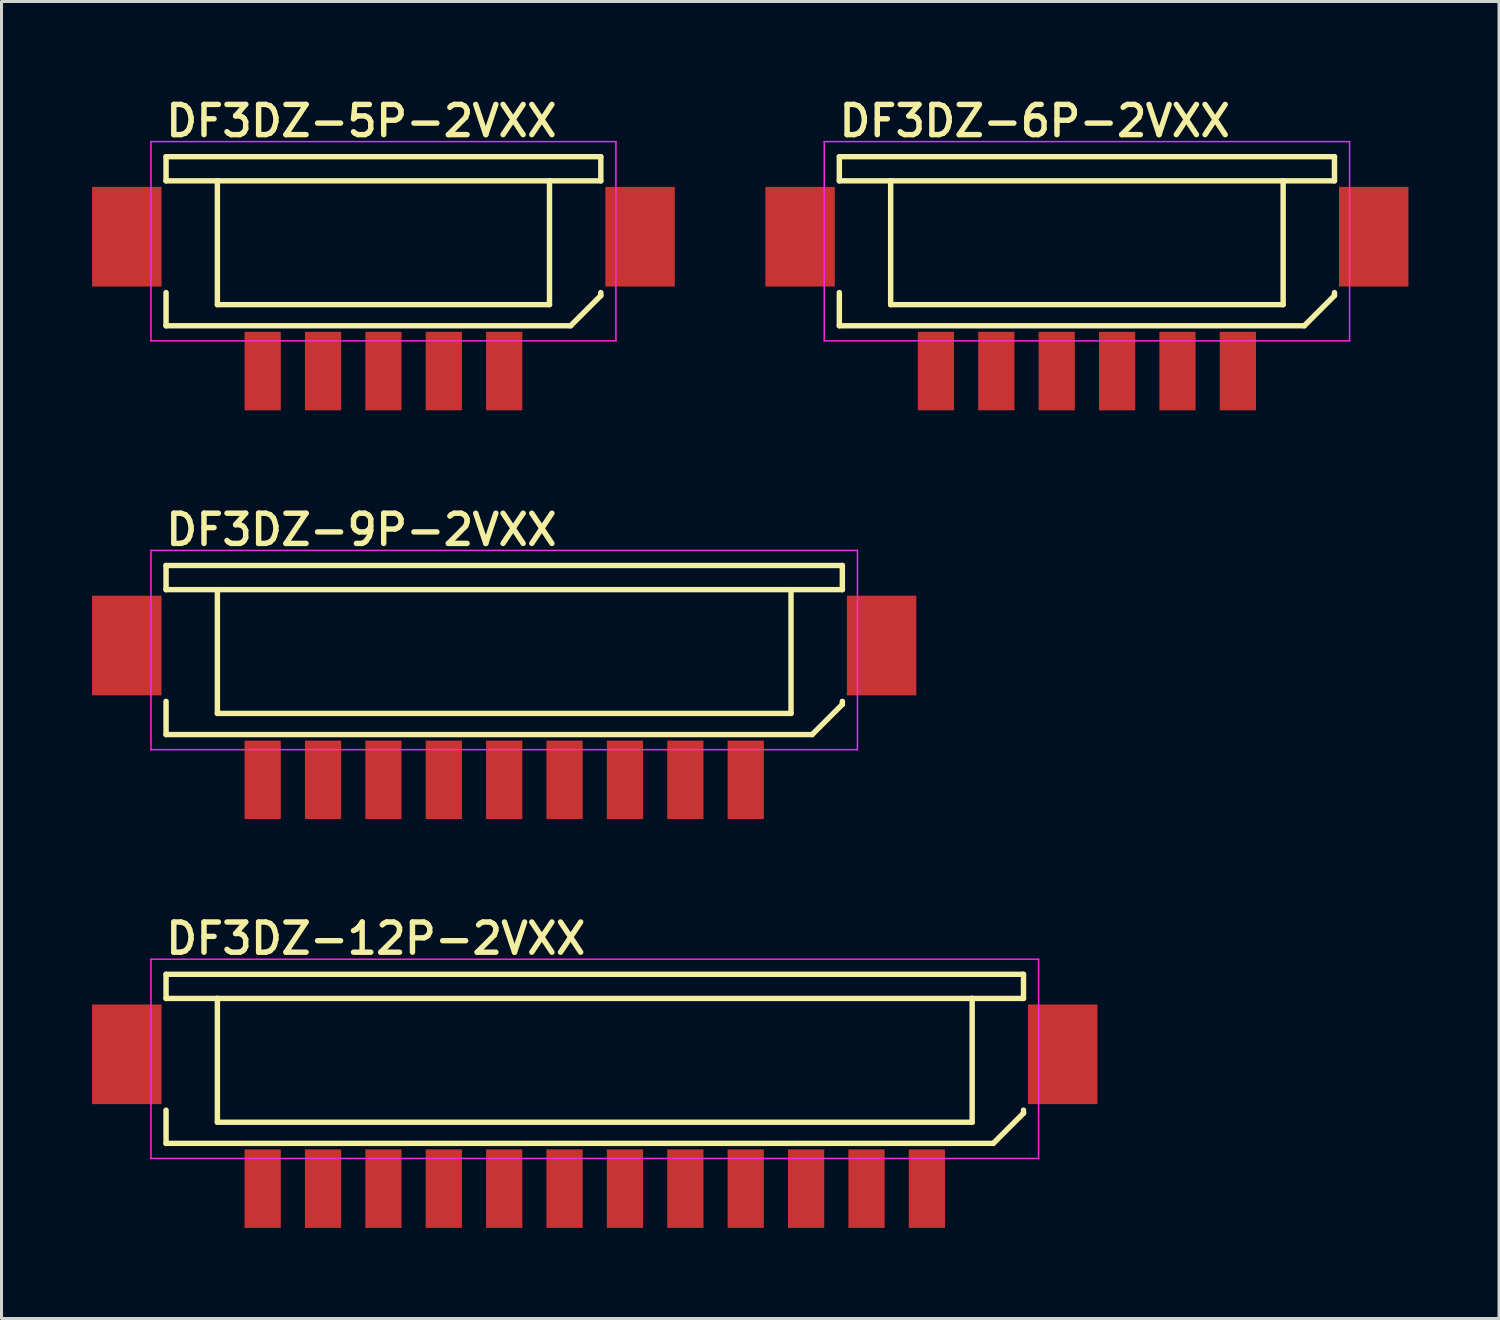
<source format=kicad_pcb>
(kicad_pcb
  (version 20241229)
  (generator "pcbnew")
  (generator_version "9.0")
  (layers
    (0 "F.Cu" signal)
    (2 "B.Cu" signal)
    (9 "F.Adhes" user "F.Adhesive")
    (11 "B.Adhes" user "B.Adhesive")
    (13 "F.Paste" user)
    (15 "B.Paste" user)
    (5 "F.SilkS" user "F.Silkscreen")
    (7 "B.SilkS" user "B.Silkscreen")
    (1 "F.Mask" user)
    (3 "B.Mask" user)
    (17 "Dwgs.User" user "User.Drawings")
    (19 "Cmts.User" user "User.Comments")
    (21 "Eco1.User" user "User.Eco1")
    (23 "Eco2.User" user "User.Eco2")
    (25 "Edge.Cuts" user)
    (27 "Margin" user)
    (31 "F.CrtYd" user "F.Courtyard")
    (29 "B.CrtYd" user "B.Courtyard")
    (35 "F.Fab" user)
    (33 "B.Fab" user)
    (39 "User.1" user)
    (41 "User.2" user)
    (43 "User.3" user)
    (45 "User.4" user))
  (footprint "DF3DZ-5P-2VXX"
    (layer "F.Cu")
    (at 9.65 9.24)
    (property "Reference" "DF3DZ-5P-2VXX" (at -7.3 -7.7 0) (layer "F.SilkS") (effects (font (size 1 1) (thickness 0.18)) (justify left bottom)))
    (attr through_hole)
    (fp_line (start -7.2 -7.1) (end -7.2 -6.3) (stroke (width 0.18) (type solid)) (layer "F.SilkS"))
    (fp_line (start -7.2 -7.1) (end 7.2 -7.1) (stroke (width 0.18) (type solid)) (layer "F.SilkS"))
    (fp_line (start -7.2 -1.5) (end -7.2 -2.6) (stroke (width 0.18) (type solid)) (layer "F.SilkS"))
    (fp_line (start -7.2 -1.5) (end 6.2 -1.5) (stroke (width 0.18) (type solid)) (layer "F.SilkS"))
    (fp_line (start -5.5 -6.3) (end -7.2 -6.3) (stroke (width 0.18) (type solid)) (layer "F.SilkS"))
    (fp_line (start -5.5 -6.3) (end -5.5 -2.2) (stroke (width 0.18) (type solid)) (layer "F.SilkS"))
    (fp_line (start -5.5 -6.3) (end 5.5 -6.3) (stroke (width 0.18) (type solid)) (layer "F.SilkS"))
    (fp_line (start -5.5 -2.2) (end 5.5 -2.2) (stroke (width 0.18) (type solid)) (layer "F.SilkS"))
    (fp_line (start 5.5 -6.3) (end 7.2 -6.3) (stroke (width 0.18) (type solid)) (layer "F.SilkS"))
    (fp_line (start 5.5 -2.2) (end 5.5 -6.3) (stroke (width 0.18) (type solid)) (layer "F.SilkS"))
    (fp_line (start 6.2 -1.5) (end 7.2 -2.5) (stroke (width 0.18) (type solid)) (layer "F.SilkS"))
    (fp_line (start 7.2 -7.1) (end 7.2 -6.3) (stroke (width 0.18) (type solid)) (layer "F.SilkS"))
    (fp_line (start 7.2 -2.5) (end 7.2 -2.6) (stroke (width 0.18) (type solid)) (layer "F.SilkS"))
    (fp_line (start -7.7 -7.6) (end 7.7 -7.6) (stroke (width 0.05) (type solid)) (layer "F.CrtYd"))
    (fp_line (start -7.7 -1) (end -7.7 -7.6) (stroke (width 0.05) (type solid)) (layer "F.CrtYd"))
    (fp_line (start 7.7 -7.6) (end 7.7 -1) (stroke (width 0.05) (type solid)) (layer "F.CrtYd"))
    (fp_line (start 7.7 -1) (end -7.7 -1) (stroke (width 0.05) (type solid)) (layer "F.CrtYd"))
    (pad "1" smd rect (at 4 0) (size 1.2 2.6) (layers "F.Cu" "F.Mask" "F.Paste"))
    (pad "2" smd rect (at 2 0) (size 1.2 2.6) (layers "F.Cu" "F.Mask" "F.Paste"))
    (pad "3" smd rect (at 0 0) (size 1.2 2.6) (layers "F.Cu" "F.Mask" "F.Paste"))
    (pad "4" smd rect (at -2 0) (size 1.2 2.6) (layers "F.Cu" "F.Mask" "F.Paste"))
    (pad "5" smd rect (at -4 0) (size 1.2 2.6) (layers "F.Cu" "F.Mask" "F.Paste"))
    (pad "TAB" smd rect (at -8.5 -4.45) (size 2.3 3.3) (layers "F.Cu" "F.Mask" "F.Paste"))
    (pad "TAB" smd rect (at 8.5 -4.45) (size 2.3 3.3) (layers "F.Cu" "F.Mask" "F.Paste")))
  (footprint "DF3DZ-6P-2VXX"
    (layer "F.Cu")
    (at 32.95 9.24)
    (property "Reference" "DF3DZ-6P-2VXX" (at -8.3 -7.7 0) (layer "F.SilkS") (effects (font (size 1 1) (thickness 0.18)) (justify left bottom)))
    (attr through_hole)
    (fp_line (start -8.2 -7.1) (end -8.2 -6.3) (stroke (width 0.18) (type solid)) (layer "F.SilkS"))
    (fp_line (start -8.2 -7.1) (end 8.2 -7.1) (stroke (width 0.18) (type solid)) (layer "F.SilkS"))
    (fp_line (start -8.2 -1.5) (end -8.2 -2.6) (stroke (width 0.18) (type solid)) (layer "F.SilkS"))
    (fp_line (start -8.2 -1.5) (end 7.2 -1.5) (stroke (width 0.18) (type solid)) (layer "F.SilkS"))
    (fp_line (start -6.5 -6.3) (end -8.2 -6.3) (stroke (width 0.18) (type solid)) (layer "F.SilkS"))
    (fp_line (start -6.5 -6.3) (end -6.5 -2.2) (stroke (width 0.18) (type solid)) (layer "F.SilkS"))
    (fp_line (start -6.5 -6.3) (end 6.5 -6.3) (stroke (width 0.18) (type solid)) (layer "F.SilkS"))
    (fp_line (start -6.5 -2.2) (end 6.5 -2.2) (stroke (width 0.18) (type solid)) (layer "F.SilkS"))
    (fp_line (start 6.5 -6.3) (end 8.2 -6.3) (stroke (width 0.18) (type solid)) (layer "F.SilkS"))
    (fp_line (start 6.5 -2.2) (end 6.5 -6.3) (stroke (width 0.18) (type solid)) (layer "F.SilkS"))
    (fp_line (start 7.2 -1.5) (end 8.2 -2.5) (stroke (width 0.18) (type solid)) (layer "F.SilkS"))
    (fp_line (start 8.2 -7.1) (end 8.2 -6.3) (stroke (width 0.18) (type solid)) (layer "F.SilkS"))
    (fp_line (start 8.2 -2.5) (end 8.2 -2.6) (stroke (width 0.18) (type solid)) (layer "F.SilkS"))
    (fp_line (start -8.7 -7.6) (end 8.7 -7.6) (stroke (width 0.05) (type solid)) (layer "F.CrtYd"))
    (fp_line (start -8.7 -1) (end -8.7 -7.6) (stroke (width 0.05) (type solid)) (layer "F.CrtYd"))
    (fp_line (start 8.7 -7.6) (end 8.7 -1) (stroke (width 0.05) (type solid)) (layer "F.CrtYd"))
    (fp_line (start 8.7 -1) (end -8.7 -1) (stroke (width 0.05) (type solid)) (layer "F.CrtYd"))
    (pad "1" smd rect (at 5 0) (size 1.2 2.6) (layers "F.Cu" "F.Mask" "F.Paste"))
    (pad "2" smd rect (at 3 0) (size 1.2 2.6) (layers "F.Cu" "F.Mask" "F.Paste"))
    (pad "3" smd rect (at 1 0 180) (size 1.2 2.6) (layers "F.Cu" "F.Mask" "F.Paste"))
    (pad "4" smd rect (at -1 0 180) (size 1.2 2.6) (layers "F.Cu" "F.Mask" "F.Paste"))
    (pad "5" smd rect (at -3 0 180) (size 1.2 2.6) (layers "F.Cu" "F.Mask" "F.Paste"))
    (pad "6" smd rect (at -5 0 180) (size 1.2 2.6) (layers "F.Cu" "F.Mask" "F.Paste"))
    (pad "TAB" smd rect (at -9.5 -4.45) (size 2.3 3.3) (layers "F.Cu" "F.Mask" "F.Paste"))
    (pad "TAB" smd rect (at 9.5 -4.45) (size 2.3 3.3) (layers "F.Cu" "F.Mask" "F.Paste")))
  (footprint "DF3DZ-12P-2VXX"
    (layer "F.Cu")
    (at 16.65 36.32)
    (property "Reference" "DF3DZ-12P-2VXX" (at -14.3 -7.7 0) (layer "F.SilkS") (effects (font (size 1 1) (thickness 0.18)) (justify left bottom)))
    (attr through_hole)
    (fp_line (start -14.2 -7.1) (end -14.2 -6.3) (stroke (width 0.18) (type solid)) (layer "F.SilkS"))
    (fp_line (start -14.2 -7.1) (end 14.2 -7.1) (stroke (width 0.18) (type solid)) (layer "F.SilkS"))
    (fp_line (start -14.2 -1.5) (end -14.2 -2.6) (stroke (width 0.18) (type solid)) (layer "F.SilkS"))
    (fp_line (start -14.2 -1.5) (end 13.2 -1.5) (stroke (width 0.18) (type solid)) (layer "F.SilkS"))
    (fp_line (start -12.5 -6.3) (end -14.2 -6.3) (stroke (width 0.18) (type solid)) (layer "F.SilkS"))
    (fp_line (start -12.5 -6.3) (end -12.5 -2.2) (stroke (width 0.18) (type solid)) (layer "F.SilkS"))
    (fp_line (start -12.5 -6.3) (end 12.5 -6.3) (stroke (width 0.18) (type solid)) (layer "F.SilkS"))
    (fp_line (start -12.5 -2.2) (end 12.5 -2.2) (stroke (width 0.18) (type solid)) (layer "F.SilkS"))
    (fp_line (start 12.5 -6.3) (end 14.2 -6.3) (stroke (width 0.18) (type solid)) (layer "F.SilkS"))
    (fp_line (start 12.5 -2.2) (end 12.5 -6.3) (stroke (width 0.18) (type solid)) (layer "F.SilkS"))
    (fp_line (start 13.2 -1.5) (end 14.2 -2.5) (stroke (width 0.18) (type solid)) (layer "F.SilkS"))
    (fp_line (start 14.2 -7.1) (end 14.2 -6.3) (stroke (width 0.18) (type solid)) (layer "F.SilkS"))
    (fp_line (start 14.2 -2.5) (end 14.2 -2.6) (stroke (width 0.18) (type solid)) (layer "F.SilkS"))
    (fp_line (start -14.7 -7.6) (end 14.7 -7.6) (stroke (width 0.05) (type solid)) (layer "F.CrtYd"))
    (fp_line (start -14.7 -1) (end -14.7 -7.6) (stroke (width 0.05) (type solid)) (layer "F.CrtYd"))
    (fp_line (start 14.7 -7.6) (end 14.7 -1) (stroke (width 0.05) (type solid)) (layer "F.CrtYd"))
    (fp_line (start 14.7 -1) (end -14.7 -1) (stroke (width 0.05) (type solid)) (layer "F.CrtYd"))
    (pad "1" smd rect (at 11 0) (size 1.2 2.6) (layers "F.Cu" "F.Mask" "F.Paste"))
    (pad "2" smd rect (at 9 0) (size 1.2 2.6) (layers "F.Cu" "F.Mask" "F.Paste"))
    (pad "3" smd rect (at 7 0 180) (size 1.2 2.6) (layers "F.Cu" "F.Mask" "F.Paste"))
    (pad "4" smd rect (at 5 0 180) (size 1.2 2.6) (layers "F.Cu" "F.Mask" "F.Paste"))
    (pad "5" smd rect (at 3 0 180) (size 1.2 2.6) (layers "F.Cu" "F.Mask" "F.Paste"))
    (pad "6" smd rect (at 1 0 180) (size 1.2 2.6) (layers "F.Cu" "F.Mask" "F.Paste"))
    (pad "7" smd rect (at -1 0 180) (size 1.2 2.6) (layers "F.Cu" "F.Mask" "F.Paste"))
    (pad "8" smd rect (at -3 0 180) (size 1.2 2.6) (layers "F.Cu" "F.Mask" "F.Paste"))
    (pad "9" smd rect (at -5 0 180) (size 1.2 2.6) (layers "F.Cu" "F.Mask" "F.Paste"))
    (pad "10" smd rect (at -7 0 180) (size 1.2 2.6) (layers "F.Cu" "F.Mask" "F.Paste"))
    (pad "11" smd rect (at -9 0 180) (size 1.2 2.6) (layers "F.Cu" "F.Mask" "F.Paste"))
    (pad "12" smd rect (at -11 0 180) (size 1.2 2.6) (layers "F.Cu" "F.Mask" "F.Paste"))
    (pad "TAB" smd rect (at -15.5 -4.45) (size 2.3 3.3) (layers "F.Cu" "F.Mask" "F.Paste"))
    (pad "TAB" smd rect (at 15.5 -4.45) (size 2.3 3.3) (layers "F.Cu" "F.Mask" "F.Paste")))
  (footprint "DF3DZ-9P-2VXX"
    (layer "F.Cu")
    (at 13.65 22.78)
    (property "Reference" "DF3DZ-9P-2VXX" (at -11.3 -7.7 0) (layer "F.SilkS") (effects (font (size 1 1) (thickness 0.18)) (justify left bottom)))
    (attr through_hole)
    (fp_line (start -11.2 -7.1) (end -11.2 -6.3) (stroke (width 0.18) (type solid)) (layer "F.SilkS"))
    (fp_line (start -11.2 -7.1) (end 11.2 -7.1) (stroke (width 0.18) (type solid)) (layer "F.SilkS"))
    (fp_line (start -11.2 -1.5) (end -11.2 -2.6) (stroke (width 0.18) (type solid)) (layer "F.SilkS"))
    (fp_line (start -11.2 -1.5) (end 10.2 -1.5) (stroke (width 0.18) (type solid)) (layer "F.SilkS"))
    (fp_line (start -9.5 -6.3) (end -11.2 -6.3) (stroke (width 0.18) (type solid)) (layer "F.SilkS"))
    (fp_line (start -9.5 -6.3) (end -9.5 -2.2) (stroke (width 0.18) (type solid)) (layer "F.SilkS"))
    (fp_line (start -9.5 -6.3) (end 9.5 -6.3) (stroke (width 0.18) (type solid)) (layer "F.SilkS"))
    (fp_line (start -9.5 -2.2) (end 9.5 -2.2) (stroke (width 0.18) (type solid)) (layer "F.SilkS"))
    (fp_line (start 9.5 -6.3) (end 11.2 -6.3) (stroke (width 0.18) (type solid)) (layer "F.SilkS"))
    (fp_line (start 9.5 -2.2) (end 9.5 -6.3) (stroke (width 0.18) (type solid)) (layer "F.SilkS"))
    (fp_line (start 10.2 -1.5) (end 11.2 -2.5) (stroke (width 0.18) (type solid)) (layer "F.SilkS"))
    (fp_line (start 11.2 -7.1) (end 11.2 -6.3) (stroke (width 0.18) (type solid)) (layer "F.SilkS"))
    (fp_line (start 11.2 -2.5) (end 11.2 -2.6) (stroke (width 0.18) (type solid)) (layer "F.SilkS"))
    (fp_line (start -11.7 -7.6) (end 11.7 -7.6) (stroke (width 0.05) (type solid)) (layer "F.CrtYd"))
    (fp_line (start -11.7 -1) (end -11.7 -7.6) (stroke (width 0.05) (type solid)) (layer "F.CrtYd"))
    (fp_line (start 11.7 -7.6) (end 11.7 -1) (stroke (width 0.05) (type solid)) (layer "F.CrtYd"))
    (fp_line (start 11.7 -1) (end -11.7 -1) (stroke (width 0.05) (type solid)) (layer "F.CrtYd"))
    (pad "1" smd rect (at 8 0) (size 1.2 2.6) (layers "F.Cu" "F.Mask" "F.Paste"))
    (pad "2" smd rect (at 6 0) (size 1.2 2.6) (layers "F.Cu" "F.Mask" "F.Paste"))
    (pad "3" smd rect (at 4 0) (size 1.2 2.6) (layers "F.Cu" "F.Mask" "F.Paste"))
    (pad "4" smd rect (at 2 0) (size 1.2 2.6) (layers "F.Cu" "F.Mask" "F.Paste"))
    (pad "5" smd rect (at 0 0) (size 1.2 2.6) (layers "F.Cu" "F.Mask" "F.Paste"))
    (pad "6" smd rect (at -2 0) (size 1.2 2.6) (layers "F.Cu" "F.Mask" "F.Paste"))
    (pad "7" smd rect (at -4 0) (size 1.2 2.6) (layers "F.Cu" "F.Mask" "F.Paste"))
    (pad "8" smd rect (at -6 0) (size 1.2 2.6) (layers "F.Cu" "F.Mask" "F.Paste"))
    (pad "9" smd rect (at -8 0) (size 1.2 2.6) (layers "F.Cu" "F.Mask" "F.Paste"))
    (pad "TAB" smd rect (at -12.5 -4.45) (size 2.3 3.3) (layers "F.Cu" "F.Mask" "F.Paste"))
    (pad "TAB" smd rect (at 12.5 -4.45) (size 2.3 3.3) (layers "F.Cu" "F.Mask" "F.Paste")))
  (gr_rect
    (start -3 -3)
    (end 46.6 40.62)
    (stroke (width 0.1) (type default))
    (fill no)
    (layer "Edge.Cuts")))
</source>
